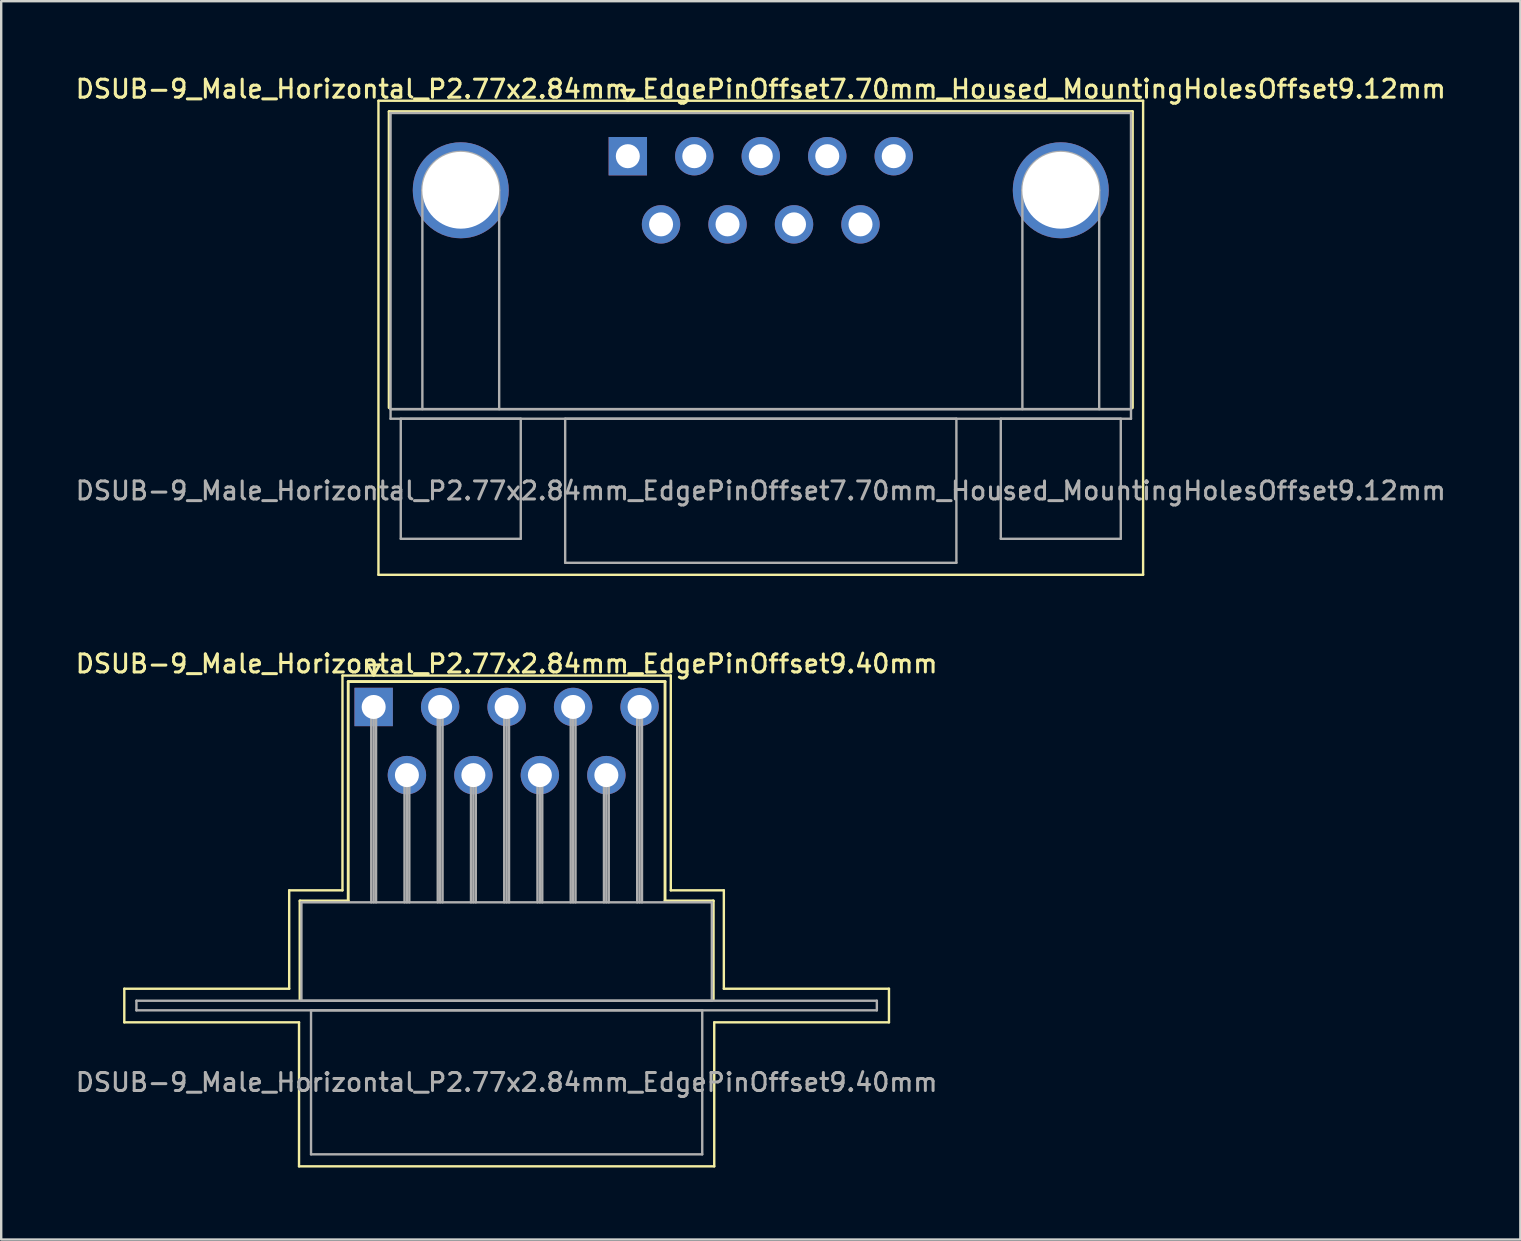
<source format=kicad_pcb>
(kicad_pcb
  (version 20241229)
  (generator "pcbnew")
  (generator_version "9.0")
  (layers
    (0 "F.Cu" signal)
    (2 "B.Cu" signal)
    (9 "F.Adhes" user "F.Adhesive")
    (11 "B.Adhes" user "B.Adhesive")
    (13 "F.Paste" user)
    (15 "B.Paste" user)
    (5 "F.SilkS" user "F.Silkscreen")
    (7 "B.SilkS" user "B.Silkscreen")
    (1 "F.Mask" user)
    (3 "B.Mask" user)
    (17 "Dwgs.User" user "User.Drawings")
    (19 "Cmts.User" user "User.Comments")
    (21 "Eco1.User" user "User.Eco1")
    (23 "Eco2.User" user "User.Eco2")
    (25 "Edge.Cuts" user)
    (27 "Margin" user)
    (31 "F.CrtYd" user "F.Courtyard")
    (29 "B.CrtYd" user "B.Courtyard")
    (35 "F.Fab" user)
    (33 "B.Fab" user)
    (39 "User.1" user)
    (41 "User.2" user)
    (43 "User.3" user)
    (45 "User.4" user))
  (footprint "DSUB-9_Male_Horizontal_P2.77x2.84mm_EdgePinOffset7.70mm_Housed_MountingHolesOffset9.12mm"
    (layer "F.Cu")
    (at 23.108 3.458)
    (property "Reference" "DSUB-9_Male_Horizontal_P2.77x2.84mm_EdgePinOffset7.70mm_Housed_MountingHolesOffset9.12mm" (at 5.54 -2.8 0) (layer "F.SilkS") (effects (font (size 0.75 0.75) (thickness 0.125))))
    (attr through_hole)
    (fp_line (start -10.39 -2.31) (end -10.39 17.44) (stroke (width 0.1) (type solid)) (layer "F.SilkS"))
    (fp_line (start -10.39 17.44) (end 21.47 17.44) (stroke (width 0.1) (type solid)) (layer "F.SilkS"))
    (fp_line (start -9.945 -1.86) (end 21.025 -1.86) (stroke (width 0.12) (type solid)) (layer "F.SilkS"))
    (fp_line (start -9.945 10.48) (end -9.945 -1.86) (stroke (width 0.12) (type solid)) (layer "F.SilkS"))
    (fp_line (start -0.25 -2.754) (end 0.25 -2.754) (stroke (width 0.12) (type solid)) (layer "F.SilkS"))
    (fp_line (start 0 -2.321) (end -0.25 -2.754) (stroke (width 0.12) (type solid)) (layer "F.SilkS"))
    (fp_line (start 0.25 -2.754) (end 0 -2.321) (stroke (width 0.12) (type solid)) (layer "F.SilkS"))
    (fp_line (start 21.025 -1.86) (end 21.025 10.48) (stroke (width 0.12) (type solid)) (layer "F.SilkS"))
    (fp_line (start 21.47 -2.31) (end -10.39 -2.31) (stroke (width 0.1) (type solid)) (layer "F.SilkS"))
    (fp_line (start 21.47 17.44) (end 21.47 -2.31) (stroke (width 0.1) (type solid)) (layer "F.SilkS"))
    (fp_line (start -9.885 -1.8) (end -9.885 10.54) (stroke (width 0.1) (type solid)) (layer "F.Fab"))
    (fp_line (start -9.885 10.54) (end -9.885 10.94) (stroke (width 0.1) (type solid)) (layer "F.Fab"))
    (fp_line (start -9.885 10.54) (end 20.965 10.54) (stroke (width 0.1) (type solid)) (layer "F.Fab"))
    (fp_line (start -9.885 10.94) (end 20.965 10.94) (stroke (width 0.1) (type solid)) (layer "F.Fab"))
    (fp_line (start -9.46 10.94) (end -9.46 15.94) (stroke (width 0.1) (type solid)) (layer "F.Fab"))
    (fp_line (start -9.46 15.94) (end -4.46 15.94) (stroke (width 0.1) (type solid)) (layer "F.Fab"))
    (fp_line (start -8.56 10.54) (end -8.56 1.42) (stroke (width 0.1) (type solid)) (layer "F.Fab"))
    (fp_line (start -5.36 10.54) (end -5.36 1.42) (stroke (width 0.1) (type solid)) (layer "F.Fab"))
    (fp_line (start -4.46 10.94) (end -9.46 10.94) (stroke (width 0.1) (type solid)) (layer "F.Fab"))
    (fp_line (start -4.46 15.94) (end -4.46 10.94) (stroke (width 0.1) (type solid)) (layer "F.Fab"))
    (fp_line (start -2.61 10.94) (end -2.61 16.94) (stroke (width 0.1) (type solid)) (layer "F.Fab"))
    (fp_line (start -2.61 16.94) (end 13.69 16.94) (stroke (width 0.1) (type solid)) (layer "F.Fab"))
    (fp_line (start 13.69 10.94) (end -2.61 10.94) (stroke (width 0.1) (type solid)) (layer "F.Fab"))
    (fp_line (start 13.69 16.94) (end 13.69 10.94) (stroke (width 0.1) (type solid)) (layer "F.Fab"))
    (fp_line (start 15.54 10.94) (end 15.54 15.94) (stroke (width 0.1) (type solid)) (layer "F.Fab"))
    (fp_line (start 15.54 15.94) (end 20.54 15.94) (stroke (width 0.1) (type solid)) (layer "F.Fab"))
    (fp_line (start 16.44 10.54) (end 16.44 1.42) (stroke (width 0.1) (type solid)) (layer "F.Fab"))
    (fp_line (start 19.64 10.54) (end 19.64 1.42) (stroke (width 0.1) (type solid)) (layer "F.Fab"))
    (fp_line (start 20.54 10.94) (end 15.54 10.94) (stroke (width 0.1) (type solid)) (layer "F.Fab"))
    (fp_line (start 20.54 15.94) (end 20.54 10.94) (stroke (width 0.1) (type solid)) (layer "F.Fab"))
    (fp_line (start 20.965 -1.8) (end -9.885 -1.8) (stroke (width 0.1) (type solid)) (layer "F.Fab"))
    (fp_line (start 20.965 10.54) (end -9.885 10.54) (stroke (width 0.1) (type solid)) (layer "F.Fab"))
    (fp_line (start 20.965 10.54) (end 20.965 -1.8) (stroke (width 0.1) (type solid)) (layer "F.Fab"))
    (fp_line (start 20.965 10.94) (end 20.965 10.54) (stroke (width 0.1) (type solid)) (layer "F.Fab"))
    (fp_arc (start -8.56 1.42) (mid -6.96 -0.18) (end -5.36 1.42) (stroke (width 0.1) (type solid)) (layer "F.Fab"))
    (fp_arc (start 16.44 1.42) (mid 18.04 -0.18) (end 19.64 1.42) (stroke (width 0.1) (type solid)) (layer "F.Fab"))
    (fp_text user "${REFERENCE}" (at 5.54 13.94 0) (layer "F.Fab") (effects (font (size 0.75 0.75) (thickness 0.125))))
    (pad "0" thru_hole circle (at -6.96 1.42) (size 4 4) (drill 3.2) (layers "*.Cu" "*.Mask"))
    (pad "0" thru_hole circle (at 18.04 1.42) (size 4 4) (drill 3.2) (layers "*.Cu" "*.Mask"))
    (pad "1" thru_hole rect (at 0 0) (size 1.6 1.6) (drill 1) (layers "*.Cu" "*.Mask"))
    (pad "2" thru_hole circle (at 2.77 0) (size 1.6 1.6) (drill 1) (layers "*.Cu" "*.Mask"))
    (pad "3" thru_hole circle (at 5.54 0) (size 1.6 1.6) (drill 1) (layers "*.Cu" "*.Mask"))
    (pad "4" thru_hole circle (at 8.31 0) (size 1.6 1.6) (drill 1) (layers "*.Cu" "*.Mask"))
    (pad "5" thru_hole circle (at 11.08 0) (size 1.6 1.6) (drill 1) (layers "*.Cu" "*.Mask"))
    (pad "6" thru_hole circle (at 1.385 2.84) (size 1.6 1.6) (drill 1) (layers "*.Cu" "*.Mask"))
    (pad "7" thru_hole circle (at 4.155 2.84) (size 1.6 1.6) (drill 1) (layers "*.Cu" "*.Mask"))
    (pad "8" thru_hole circle (at 6.925 2.84) (size 1.6 1.6) (drill 1) (layers "*.Cu" "*.Mask"))
    (pad "9" thru_hole circle (at 9.695 2.84) (size 1.6 1.6) (drill 1) (layers "*.Cu" "*.Mask")))
  (footprint "DSUB-9_Male_Horizontal_P2.77x2.84mm_EdgePinOffset9.40mm"
    (layer "F.Cu")
    (at 12.519 26.406)
    (property "Reference" "DSUB-9_Male_Horizontal_P2.77x2.84mm_EdgePinOffset9.40mm" (at 5.54 -1.8 0) (layer "F.SilkS") (effects (font (size 0.75 0.75) (thickness 0.125))))
    (attr through_hole)
    (fp_line (start -10.39 11.74) (end -3.52 11.74) (stroke (width 0.1) (type solid)) (layer "F.SilkS"))
    (fp_line (start -10.39 13.14) (end -10.39 11.74) (stroke (width 0.1) (type solid)) (layer "F.SilkS"))
    (fp_line (start -3.52 7.64) (end -1.3 7.64) (stroke (width 0.1) (type solid)) (layer "F.SilkS"))
    (fp_line (start -3.52 11.74) (end -3.52 7.64) (stroke (width 0.1) (type solid)) (layer "F.SilkS"))
    (fp_line (start -3.11 13.14) (end -10.39 13.14) (stroke (width 0.1) (type solid)) (layer "F.SilkS"))
    (fp_line (start -3.11 19.14) (end -3.11 13.14) (stroke (width 0.1) (type solid)) (layer "F.SilkS"))
    (fp_line (start -3.07 8.08) (end -1.06 8.08) (stroke (width 0.12) (type solid)) (layer "F.SilkS"))
    (fp_line (start -3.07 12.18) (end -3.07 8.08) (stroke (width 0.12) (type solid)) (layer "F.SilkS"))
    (fp_line (start -1.3 -1.31) (end 12.38 -1.31) (stroke (width 0.1) (type solid)) (layer "F.SilkS"))
    (fp_line (start -1.3 7.64) (end -1.3 -1.31) (stroke (width 0.1) (type solid)) (layer "F.SilkS"))
    (fp_line (start -1.06 -1.06) (end 12.14 -1.06) (stroke (width 0.12) (type solid)) (layer "F.SilkS"))
    (fp_line (start -1.06 8.08) (end -1.06 -1.06) (stroke (width 0.12) (type solid)) (layer "F.SilkS"))
    (fp_line (start -0.25 -1.754) (end 0.25 -1.754) (stroke (width 0.12) (type solid)) (layer "F.SilkS"))
    (fp_line (start 0 -1.321) (end -0.25 -1.754) (stroke (width 0.12) (type solid)) (layer "F.SilkS"))
    (fp_line (start 0.25 -1.754) (end 0 -1.321) (stroke (width 0.12) (type solid)) (layer "F.SilkS"))
    (fp_line (start 12.14 -1.06) (end 12.14 8.08) (stroke (width 0.12) (type solid)) (layer "F.SilkS"))
    (fp_line (start 12.14 8.08) (end 14.15 8.08) (stroke (width 0.12) (type solid)) (layer "F.SilkS"))
    (fp_line (start 12.38 -1.31) (end 12.38 7.64) (stroke (width 0.1) (type solid)) (layer "F.SilkS"))
    (fp_line (start 12.38 7.64) (end 14.59 7.64) (stroke (width 0.1) (type solid)) (layer "F.SilkS"))
    (fp_line (start 14.15 8.08) (end 14.15 12.18) (stroke (width 0.12) (type solid)) (layer "F.SilkS"))
    (fp_line (start 14.19 13.14) (end 14.19 19.14) (stroke (width 0.1) (type solid)) (layer "F.SilkS"))
    (fp_line (start 14.19 19.14) (end -3.11 19.14) (stroke (width 0.1) (type solid)) (layer "F.SilkS"))
    (fp_line (start 14.59 7.64) (end 14.59 11.74) (stroke (width 0.1) (type solid)) (layer "F.SilkS"))
    (fp_line (start 14.59 11.74) (end 21.47 11.74) (stroke (width 0.1) (type solid)) (layer "F.SilkS"))
    (fp_line (start 21.47 11.74) (end 21.47 13.14) (stroke (width 0.1) (type solid)) (layer "F.SilkS"))
    (fp_line (start 21.47 13.14) (end 14.19 13.14) (stroke (width 0.1) (type solid)) (layer "F.SilkS"))
    (fp_line (start -9.885 12.24) (end -9.885 12.64) (stroke (width 0.1) (type solid)) (layer "F.Fab"))
    (fp_line (start -9.885 12.64) (end 20.965 12.64) (stroke (width 0.1) (type solid)) (layer "F.Fab"))
    (fp_line (start -3.01 8.14) (end -3.01 12.24) (stroke (width 0.1) (type solid)) (layer "F.Fab"))
    (fp_line (start -3.01 12.24) (end 14.09 12.24) (stroke (width 0.1) (type solid)) (layer "F.Fab"))
    (fp_line (start -2.61 12.64) (end -2.61 18.64) (stroke (width 0.1) (type solid)) (layer "F.Fab"))
    (fp_line (start -2.61 18.64) (end 13.69 18.64) (stroke (width 0.1) (type solid)) (layer "F.Fab"))
    (fp_line (start -0.1 0) (end -0.1 8.14) (stroke (width 0.1) (type solid)) (layer "F.Fab"))
    (fp_line (start 0 0) (end 0 8.14) (stroke (width 0.1) (type solid)) (layer "F.Fab"))
    (fp_line (start 0.1 0) (end 0.1 8.14) (stroke (width 0.1) (type solid)) (layer "F.Fab"))
    (fp_line (start 1.285 2.84) (end 1.285 8.14) (stroke (width 0.1) (type solid)) (layer "F.Fab"))
    (fp_line (start 1.385 2.84) (end 1.385 8.14) (stroke (width 0.1) (type solid)) (layer "F.Fab"))
    (fp_line (start 1.485 2.84) (end 1.485 8.14) (stroke (width 0.1) (type solid)) (layer "F.Fab"))
    (fp_line (start 2.67 0) (end 2.67 8.14) (stroke (width 0.1) (type solid)) (layer "F.Fab"))
    (fp_line (start 2.77 0) (end 2.77 8.14) (stroke (width 0.1) (type solid)) (layer "F.Fab"))
    (fp_line (start 2.87 0) (end 2.87 8.14) (stroke (width 0.1) (type solid)) (layer "F.Fab"))
    (fp_line (start 4.055 2.84) (end 4.055 8.14) (stroke (width 0.1) (type solid)) (layer "F.Fab"))
    (fp_line (start 4.155 2.84) (end 4.155 8.14) (stroke (width 0.1) (type solid)) (layer "F.Fab"))
    (fp_line (start 4.255 2.84) (end 4.255 8.14) (stroke (width 0.1) (type solid)) (layer "F.Fab"))
    (fp_line (start 5.44 0) (end 5.44 8.14) (stroke (width 0.1) (type solid)) (layer "F.Fab"))
    (fp_line (start 5.54 0) (end 5.54 8.14) (stroke (width 0.1) (type solid)) (layer "F.Fab"))
    (fp_line (start 5.64 0) (end 5.64 8.14) (stroke (width 0.1) (type solid)) (layer "F.Fab"))
    (fp_line (start 6.825 2.84) (end 6.825 8.14) (stroke (width 0.1) (type solid)) (layer "F.Fab"))
    (fp_line (start 6.925 2.84) (end 6.925 8.14) (stroke (width 0.1) (type solid)) (layer "F.Fab"))
    (fp_line (start 7.025 2.84) (end 7.025 8.14) (stroke (width 0.1) (type solid)) (layer "F.Fab"))
    (fp_line (start 8.21 0) (end 8.21 8.14) (stroke (width 0.1) (type solid)) (layer "F.Fab"))
    (fp_line (start 8.31 0) (end 8.31 8.14) (stroke (width 0.1) (type solid)) (layer "F.Fab"))
    (fp_line (start 8.41 0) (end 8.41 8.14) (stroke (width 0.1) (type solid)) (layer "F.Fab"))
    (fp_line (start 9.595 2.84) (end 9.595 8.14) (stroke (width 0.1) (type solid)) (layer "F.Fab"))
    (fp_line (start 9.695 2.84) (end 9.695 8.14) (stroke (width 0.1) (type solid)) (layer "F.Fab"))
    (fp_line (start 9.795 2.84) (end 9.795 8.14) (stroke (width 0.1) (type solid)) (layer "F.Fab"))
    (fp_line (start 10.98 0) (end 10.98 8.14) (stroke (width 0.1) (type solid)) (layer "F.Fab"))
    (fp_line (start 11.08 0) (end 11.08 8.14) (stroke (width 0.1) (type solid)) (layer "F.Fab"))
    (fp_line (start 11.18 0) (end 11.18 8.14) (stroke (width 0.1) (type solid)) (layer "F.Fab"))
    (fp_line (start 13.69 12.64) (end -2.61 12.64) (stroke (width 0.1) (type solid)) (layer "F.Fab"))
    (fp_line (start 13.69 18.64) (end 13.69 12.64) (stroke (width 0.1) (type solid)) (layer "F.Fab"))
    (fp_line (start 14.09 8.14) (end -3.01 8.14) (stroke (width 0.1) (type solid)) (layer "F.Fab"))
    (fp_line (start 14.09 12.24) (end 14.09 8.14) (stroke (width 0.1) (type solid)) (layer "F.Fab"))
    (fp_line (start 20.965 12.24) (end -9.885 12.24) (stroke (width 0.1) (type solid)) (layer "F.Fab"))
    (fp_line (start 20.965 12.64) (end 20.965 12.24) (stroke (width 0.1) (type solid)) (layer "F.Fab"))
    (fp_text user "${REFERENCE}" (at 5.54 15.64 0) (layer "F.Fab") (effects (font (size 0.75 0.75) (thickness 0.125))))
    (pad "1" thru_hole rect (at 0 0) (size 1.6 1.6) (drill 1) (layers "*.Cu" "*.Mask"))
    (pad "2" thru_hole circle (at 2.77 0) (size 1.6 1.6) (drill 1) (layers "*.Cu" "*.Mask"))
    (pad "3" thru_hole circle (at 5.54 0) (size 1.6 1.6) (drill 1) (layers "*.Cu" "*.Mask"))
    (pad "4" thru_hole circle (at 8.31 0) (size 1.6 1.6) (drill 1) (layers "*.Cu" "*.Mask"))
    (pad "5" thru_hole circle (at 11.08 0) (size 1.6 1.6) (drill 1) (layers "*.Cu" "*.Mask"))
    (pad "6" thru_hole circle (at 1.385 2.84) (size 1.6 1.6) (drill 1) (layers "*.Cu" "*.Mask"))
    (pad "7" thru_hole circle (at 4.155 2.84) (size 1.6 1.6) (drill 1) (layers "*.Cu" "*.Mask"))
    (pad "8" thru_hole circle (at 6.925 2.84) (size 1.6 1.6) (drill 1) (layers "*.Cu" "*.Mask"))
    (pad "9" thru_hole circle (at 9.695 2.84) (size 1.6 1.6) (drill 1) (layers "*.Cu" "*.Mask")))
  (gr_rect
    (start -3 -3)
    (end 60.296 48.596)
    (stroke (width 0.1) (type default))
    (fill no)
    (layer "Edge.Cuts")))
</source>
